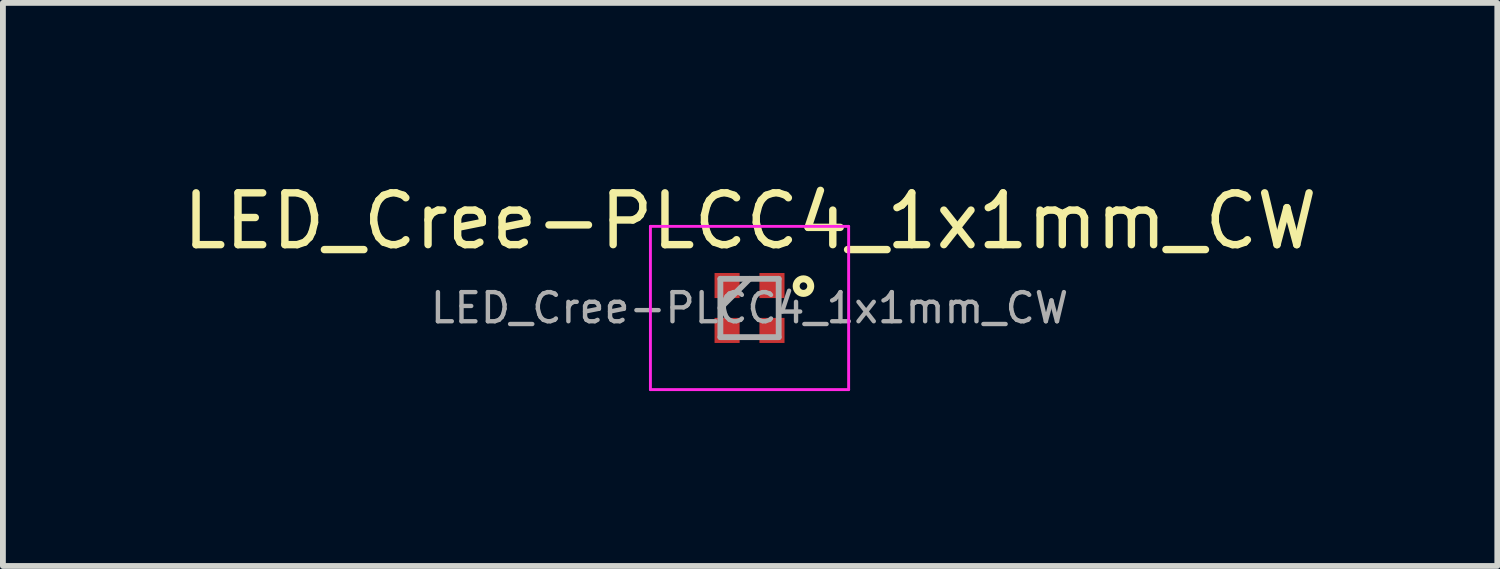
<source format=kicad_pcb>
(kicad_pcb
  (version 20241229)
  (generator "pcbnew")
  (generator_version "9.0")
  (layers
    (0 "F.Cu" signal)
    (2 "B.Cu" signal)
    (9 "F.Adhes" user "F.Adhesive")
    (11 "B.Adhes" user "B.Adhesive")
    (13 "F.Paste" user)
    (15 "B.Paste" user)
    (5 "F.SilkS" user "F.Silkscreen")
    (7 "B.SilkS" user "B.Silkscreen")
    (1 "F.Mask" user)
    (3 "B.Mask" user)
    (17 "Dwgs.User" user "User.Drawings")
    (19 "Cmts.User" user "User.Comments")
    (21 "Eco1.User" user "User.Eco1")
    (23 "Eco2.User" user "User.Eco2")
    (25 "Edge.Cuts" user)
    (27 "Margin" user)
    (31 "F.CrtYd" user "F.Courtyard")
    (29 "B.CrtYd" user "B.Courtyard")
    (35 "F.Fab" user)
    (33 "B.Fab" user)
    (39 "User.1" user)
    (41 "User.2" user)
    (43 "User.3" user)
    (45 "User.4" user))
  (footprint "LED_Cree-PLCC4_1x1mm_CW"
    (layer "F.Cu")
    (at 9.807 2.233)
    (property "Reference" "LED_Cree-PLCC4_1x1mm_CW" (at 0.01 -1.491 0) (layer "F.SilkS") (effects (font (size 0.889 0.889) (thickness 0.127))))
    (attr smd)
    (fp_circle (center 0.925 -0.375) (end 1.025 -0.3) (stroke (width 0.12) (type solid)) (fill no) (layer "F.SilkS"))
    (fp_line (start -1.7 -1.4) (end -1.7 1.4) (stroke (width 0.05) (type solid)) (layer "F.CrtYd"))
    (fp_line (start -1.7 1.4) (end 1.7 1.4) (stroke (width 0.05) (type solid)) (layer "F.CrtYd"))
    (fp_line (start 1.7 -1.4) (end -1.7 -1.4) (stroke (width 0.05) (type solid)) (layer "F.CrtYd"))
    (fp_line (start 1.7 1.4) (end 1.7 -1.4) (stroke (width 0.05) (type solid)) (layer "F.CrtYd"))
    (fp_line (start -0.5 -0.5) (end -0.5 0.5) (stroke (width 0.1) (type solid)) (layer "F.Fab"))
    (fp_line (start -0.5 0.5) (end 0.5 0.5) (stroke (width 0.1) (type solid)) (layer "F.Fab"))
    (fp_line (start 0 -0.5) (end -0.5 0) (stroke (width 0.1) (type solid)) (layer "F.Fab"))
    (fp_line (start 0.5 -0.5) (end -0.5 -0.5) (stroke (width 0.1) (type solid)) (layer "F.Fab"))
    (fp_line (start 0.5 0.5) (end 0.5 -0.5) (stroke (width 0.1) (type solid)) (layer "F.Fab"))
    (fp_text user "${REFERENCE}" (at 0 0 0) (layer "F.Fab") (effects (font (size 0.5 0.5) (thickness 0.075))))
    (pad "1" smd rect (at 0.385 -0.385) (size 0.43 0.43) (layers "F.Cu" "F.Mask" "F.Paste"))
    (pad "2" smd rect (at 0.385 0.385) (size 0.43 0.43) (layers "F.Cu" "F.Mask" "F.Paste"))
    (pad "3" smd rect (at -0.385 0.385) (size 0.43 0.43) (layers "F.Cu" "F.Mask" "F.Paste"))
    (pad "4" smd rect (at -0.385 -0.385) (size 0.43 0.43) (layers "F.Cu" "F.Mask" "F.Paste")))
  (gr_rect
    (start -3 -3)
    (end 22.634 6.658)
    (stroke (width 0.1) (type default))
    (fill no)
    (layer "Edge.Cuts")))
</source>
